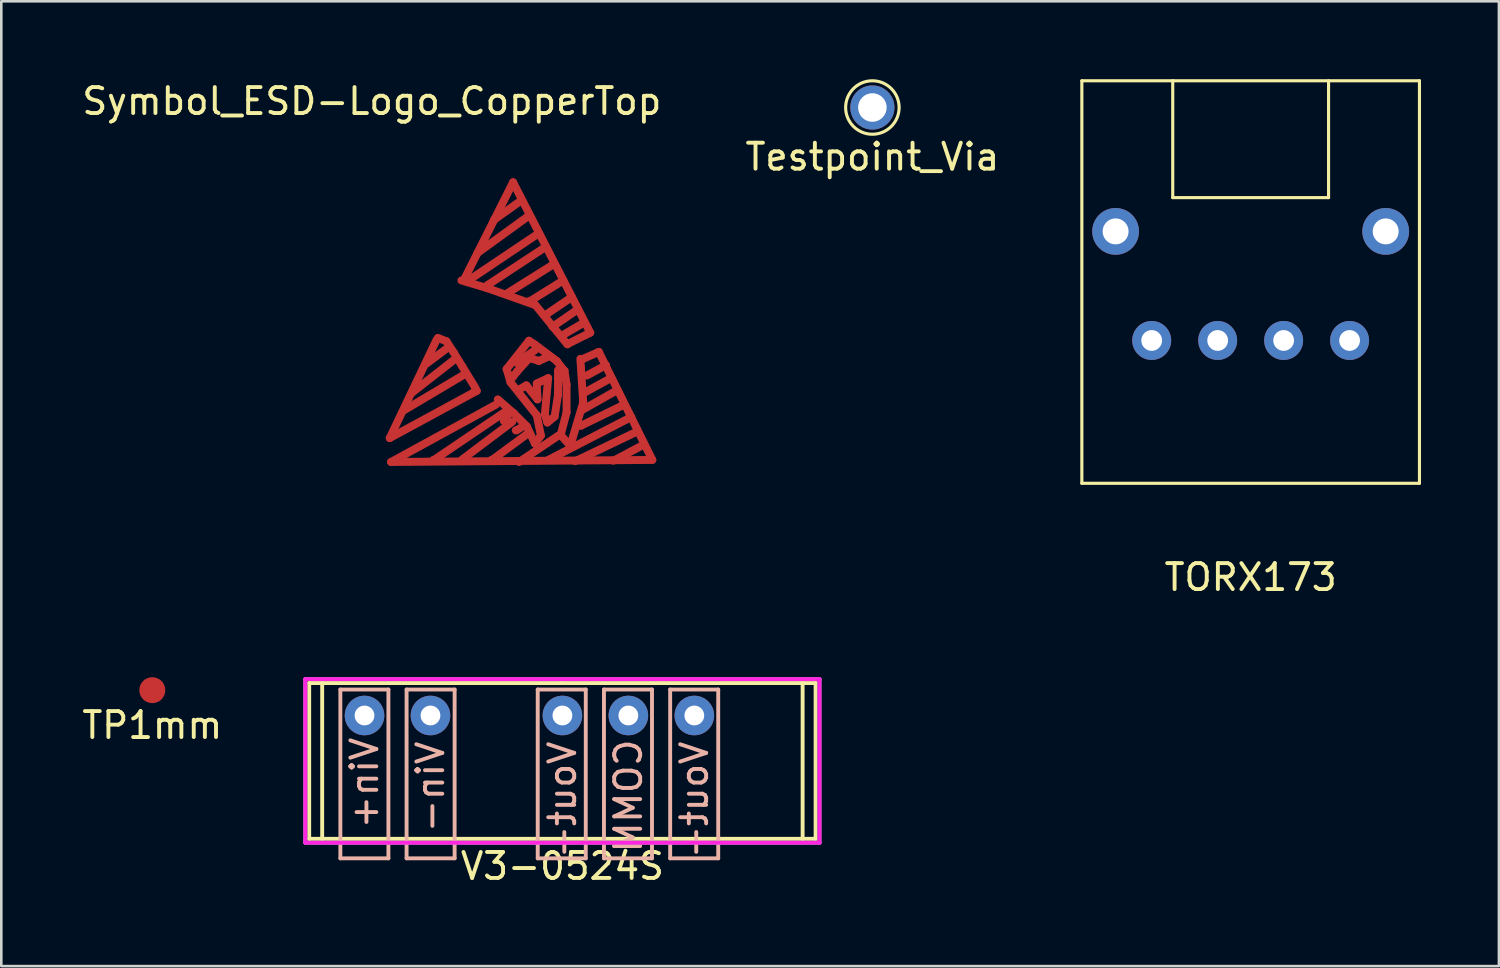
<source format=kicad_pcb>
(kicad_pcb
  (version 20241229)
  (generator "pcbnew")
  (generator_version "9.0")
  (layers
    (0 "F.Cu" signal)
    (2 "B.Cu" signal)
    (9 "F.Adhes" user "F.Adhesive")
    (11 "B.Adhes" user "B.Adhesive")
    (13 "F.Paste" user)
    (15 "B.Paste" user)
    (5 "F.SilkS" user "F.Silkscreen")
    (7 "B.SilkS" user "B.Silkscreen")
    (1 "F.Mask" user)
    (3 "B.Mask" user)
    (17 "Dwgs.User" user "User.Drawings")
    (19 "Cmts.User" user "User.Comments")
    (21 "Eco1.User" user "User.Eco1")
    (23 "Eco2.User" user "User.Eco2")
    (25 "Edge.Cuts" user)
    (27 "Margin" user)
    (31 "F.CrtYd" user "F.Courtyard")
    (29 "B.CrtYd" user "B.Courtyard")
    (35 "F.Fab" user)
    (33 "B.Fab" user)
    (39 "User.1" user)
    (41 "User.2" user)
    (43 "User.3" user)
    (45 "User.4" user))
  (footprint "Symbol_ESD-Logo_CopperTop"
    (layer "F.Cu")
    (at 18.268 11.348)
    (property "Reference" "Symbol_ESD-Logo_CopperTop" (at -7 -10.5 0) (layer "F.SilkS") (effects (font (size 1 1) (thickness 0.15))))
    (attr through_hole)
    (fp_line (start -6.311 2.471) (end -2.96 0.653) (stroke (width 0.305) (type solid)) (layer "F.Cu"))
    (fp_line (start -6.26 3.391) (end -2.219 1.181) (stroke (width 0.305) (type solid)) (layer "F.Cu"))
    (fp_line (start -4.609 3.312) (end -4.629 3.312) (stroke (width 0.305) (type solid)) (layer "F.Cu"))
    (fp_line (start -4.51 -1.308) (end -6.311 2.471) (stroke (width 0.305) (type solid)) (layer "F.Cu"))
    (fp_line (start -4.129 -1.257) (end -4.459 -1.389) (stroke (width 0.305) (type solid)) (layer "F.Cu"))
    (fp_line (start -4.05 -1.029) (end -4.891 -0.399) (stroke (width 0.305) (type solid)) (layer "F.Cu"))
    (fp_line (start -3.849 -0.828) (end -4.129 -1.257) (stroke (width 0.305) (type solid)) (layer "F.Cu"))
    (fp_line (start -3.801 -0.569) (end -5.45 0.721) (stroke (width 0.305) (type solid)) (layer "F.Cu"))
    (fp_line (start -3.55 -3.599) (end -2.6 -3.317) (stroke (width 0.305) (type solid)) (layer "F.Cu"))
    (fp_line (start -3.519 -0.29) (end -3.849 -0.828) (stroke (width 0.305) (type solid)) (layer "F.Cu"))
    (fp_line (start -3.471 0.041) (end -5.729 1.382) (stroke (width 0.305) (type solid)) (layer "F.Cu"))
    (fp_line (start -3.44 -3.647) (end -1.561 -7.379) (stroke (width 0.305) (type solid)) (layer "F.Cu"))
    (fp_line (start -3.009 0.541) (end -3.519 -0.29) (stroke (width 0.305) (type solid)) (layer "F.Cu"))
    (fp_line (start -2.96 0.653) (end -3.029 0.622) (stroke (width 0.305) (type solid)) (layer "F.Cu"))
    (fp_line (start -2.6 -3.317) (end -0.7 -2.649) (stroke (width 0.305) (type solid)) (layer "F.Cu"))
    (fp_line (start -2.371 3.312) (end -2.399 3.312) (stroke (width 0.305) (type solid)) (layer "F.Cu"))
    (fp_line (start -1.871 1.46) (end -4.609 3.312) (stroke (width 0.305) (type solid)) (layer "F.Cu"))
    (fp_line (start -1.81 -0.188) (end -1.66 0.323) (stroke (width 0.305) (type solid)) (layer "F.Cu"))
    (fp_line (start -1.66 0.323) (end -0.649 1.593) (stroke (width 0.305) (type solid)) (layer "F.Cu"))
    (fp_line (start -1.66 1.46) (end -1.919 1.811) (stroke (width 0.305) (type solid)) (layer "F.Cu"))
    (fp_line (start -1.589 1.841) (end -3.519 3.292) (stroke (width 0.305) (type solid)) (layer "F.Cu"))
    (fp_line (start -1.561 -7.379) (end 1.411 -1.587) (stroke (width 0.305) (type solid)) (layer "F.Cu"))
    (fp_line (start -1.54 1.511) (end -2.15 0.98) (stroke (width 0.305) (type solid)) (layer "F.Cu"))
    (fp_line (start -1.429 2.172) (end -1.459 2.172) (stroke (width 0.305) (type solid)) (layer "F.Cu"))
    (fp_line (start -1.411 -0.089) (end -1.589 0.142) (stroke (width 0.305) (type solid)) (layer "F.Cu"))
    (fp_line (start -1.261 -6.668) (end -2.3 -5.928) (stroke (width 0.305) (type solid)) (layer "F.Cu"))
    (fp_line (start -1.129 1.991) (end -1.429 2.172) (stroke (width 0.305) (type solid)) (layer "F.Cu"))
    (fp_line (start -1.05 0.442) (end -1.279 0.572) (stroke (width 0.305) (type solid)) (layer "F.Cu"))
    (fp_line (start -1.03 2.022) (end -1.54 1.511) (stroke (width 0.305) (type solid)) (layer "F.Cu"))
    (fp_line (start -0.999 -6.058) (end -2.93 -4.658) (stroke (width 0.305) (type solid)) (layer "F.Cu"))
    (fp_line (start -0.999 2.301) (end -2.371 3.312) (stroke (width 0.305) (type solid)) (layer "F.Cu"))
    (fp_line (start -0.949 -1.278) (end -1.81 -0.188) (stroke (width 0.305) (type solid)) (layer "F.Cu"))
    (fp_line (start -0.931 -0.617) (end -1.411 -0.089) (stroke (width 0.305) (type solid)) (layer "F.Cu"))
    (fp_line (start -0.9 -2.809) (end -0.931 -2.809) (stroke (width 0.305) (type solid)) (layer "F.Cu"))
    (fp_line (start -0.72 -1.128) (end -0.949 -1.278) (stroke (width 0.305) (type solid)) (layer "F.Cu"))
    (fp_line (start -0.72 2.682) (end -1.03 2.022) (stroke (width 0.305) (type solid)) (layer "F.Cu"))
    (fp_line (start -0.7 -2.649) (end 0.53 -1.138) (stroke (width 0.305) (type solid)) (layer "F.Cu"))
    (fp_line (start -0.7 -0.93) (end -1.411 -0.419) (stroke (width 0.305) (type solid)) (layer "F.Cu"))
    (fp_line (start -0.649 0.371) (end -0.621 0.98) (stroke (width 0.305) (type solid)) (layer "F.Cu"))
    (fp_line (start -0.649 1.593) (end -0.489 2.372) (stroke (width 0.305) (type solid)) (layer "F.Cu"))
    (fp_line (start -0.621 0.98) (end -1.05 0.442) (stroke (width 0.305) (type solid)) (layer "F.Cu"))
    (fp_line (start -0.601 -5.397) (end -3.209 -3.647) (stroke (width 0.305) (type solid)) (layer "F.Cu"))
    (fp_line (start -0.57 -0.498) (end -0.931 -0.617) (stroke (width 0.305) (type solid)) (layer "F.Cu"))
    (fp_line (start -0.489 2.372) (end -0.72 2.682) (stroke (width 0.305) (type solid)) (layer "F.Cu"))
    (fp_line (start -0.339 -4.869) (end -2.549 -3.419) (stroke (width 0.305) (type solid)) (layer "F.Cu"))
    (fp_line (start -0.339 1.562) (end -0.21 0.163) (stroke (width 0.305) (type solid)) (layer "F.Cu"))
    (fp_line (start -0.24 -0.648) (end -0.57 -0.498) (stroke (width 0.305) (type solid)) (layer "F.Cu"))
    (fp_line (start -0.24 1.872) (end -0.339 1.562) (stroke (width 0.305) (type solid)) (layer "F.Cu"))
    (fp_line (start -0.21 0.163) (end -0.649 0.371) (stroke (width 0.305) (type solid)) (layer "F.Cu"))
    (fp_line (start -0.039 -1.819) (end -0.039 -1.839) (stroke (width 0.305) (type solid)) (layer "F.Cu"))
    (fp_line (start 0.009 -4.229) (end -1.81 -3.089) (stroke (width 0.305) (type solid)) (layer "F.Cu"))
    (fp_line (start 0.039 1.641) (end -0.24 1.872) (stroke (width 0.305) (type solid)) (layer "F.Cu"))
    (fp_line (start 0.121 -0.498) (end -0.72 -1.128) (stroke (width 0.305) (type solid)) (layer "F.Cu"))
    (fp_line (start 0.169 -0.14) (end 0.169 0.803) (stroke (width 0.305) (type solid)) (layer "F.Cu"))
    (fp_line (start 0.169 0.803) (end 0.039 1.641) (stroke (width 0.305) (type solid)) (layer "F.Cu"))
    (fp_line (start 0.189 2.372) (end -1.33 3.391) (stroke (width 0.305) (type solid)) (layer "F.Cu"))
    (fp_line (start 0.271 2.352) (end 0.499 1.481) (stroke (width 0.305) (type solid)) (layer "F.Cu"))
    (fp_line (start 0.37 -3.599) (end -0.9 -2.809) (stroke (width 0.305) (type solid)) (layer "F.Cu"))
    (fp_line (start 0.37 -0.168) (end 0.121 -0.498) (stroke (width 0.305) (type solid)) (layer "F.Cu"))
    (fp_line (start 0.42 -0.119) (end 0.37 -0.168) (stroke (width 0.305) (type solid)) (layer "F.Cu"))
    (fp_line (start 0.499 0.422) (end 0.42 -0.119) (stroke (width 0.305) (type solid)) (layer "F.Cu"))
    (fp_line (start 0.499 1.481) (end 0.499 0.422) (stroke (width 0.305) (type solid)) (layer "F.Cu"))
    (fp_line (start 0.55 -1.158) (end 0.519 -1.158) (stroke (width 0.305) (type solid)) (layer "F.Cu"))
    (fp_line (start 0.641 2.771) (end 0.271 2.352) (stroke (width 0.305) (type solid)) (layer "F.Cu"))
    (fp_line (start 0.7 -2.959) (end -0.319 -2.268) (stroke (width 0.305) (type solid)) (layer "F.Cu"))
    (fp_line (start 0.88 -2.449) (end -0.039 -1.819) (stroke (width 0.305) (type solid)) (layer "F.Cu"))
    (fp_line (start 1.03 -0.579) (end 1.139 1.102) (stroke (width 0.305) (type solid)) (layer "F.Cu"))
    (fp_line (start 1.06 1.991) (end 1.03 1.991) (stroke (width 0.305) (type solid)) (layer "F.Cu"))
    (fp_line (start 1.111 -0.569) (end 1.741 -0.848) (stroke (width 0.305) (type solid)) (layer "F.Cu"))
    (fp_line (start 1.139 1.102) (end 0.641 2.771) (stroke (width 0.305) (type solid)) (layer "F.Cu"))
    (fp_line (start 1.16 -1.968) (end 0.339 -1.488) (stroke (width 0.305) (type solid)) (layer "F.Cu"))
    (fp_line (start 1.411 -1.587) (end 0.55 -1.158) (stroke (width 0.305) (type solid)) (layer "F.Cu"))
    (fp_line (start 1.741 -0.848) (end 3.801 3.312) (stroke (width 0.305) (type solid)) (layer "F.Cu"))
    (fp_line (start 2.021 -0.338) (end 1.279 0.061) (stroke (width 0.305) (type solid)) (layer "F.Cu"))
    (fp_line (start 2.201 0.163) (end 1.129 0.752) (stroke (width 0.305) (type solid)) (layer "F.Cu"))
    (fp_line (start 2.399 0.653) (end 1.111 1.382) (stroke (width 0.305) (type solid)) (layer "F.Cu"))
    (fp_line (start 2.681 1.201) (end 1.06 1.991) (stroke (width 0.305) (type solid)) (layer "F.Cu"))
    (fp_line (start 2.991 1.661) (end -0.21 3.312) (stroke (width 0.305) (type solid)) (layer "F.Cu"))
    (fp_line (start 3.209 2.223) (end 0.829 3.36) (stroke (width 0.305) (type solid)) (layer "F.Cu"))
    (fp_line (start 3.42 2.751) (end 2.3 3.343) (stroke (width 0.305) (type solid)) (layer "F.Cu"))
    (fp_line (start 3.801 3.312) (end -6.26 3.391) (stroke (width 0.305) (type solid)) (layer "F.Cu")))
  (footprint "V3-0524S"
    (layer "F.Cu")
    (at 18.606 24.501)
    (property "Reference" "V3-0524S" (at 0 5.8 0) (layer "F.SilkS") (effects (font (size 1 1) (thickness 0.15))))
    (attr through_hole)
    (fp_line (start -9.75 -1.25) (end 0 -1.25) (stroke (width 0.15) (type solid)) (layer "F.SilkS"))
    (fp_line (start -9.75 4.75) (end -9.75 -1.25) (stroke (width 0.15) (type solid)) (layer "F.SilkS"))
    (fp_line (start -9.25 -1.25) (end -9.25 4.75) (stroke (width 0.15) (type solid)) (layer "F.SilkS"))
    (fp_line (start 0 -1.25) (end 9.75 -1.25) (stroke (width 0.15) (type solid)) (layer "F.SilkS"))
    (fp_line (start 9.25 -1.25) (end 9.25 4.75) (stroke (width 0.15) (type solid)) (layer "F.SilkS"))
    (fp_line (start 9.75 -1.25) (end 9.75 4.75) (stroke (width 0.15) (type solid)) (layer "F.SilkS"))
    (fp_line (start 9.75 4.75) (end -9.75 4.75) (stroke (width 0.15) (type solid)) (layer "F.SilkS"))
    (fp_line (start -8.55 -1) (end -6.7 -1) (stroke (width 0.15) (type solid)) (layer "B.SilkS"))
    (fp_line (start -8.55 5.5) (end -8.55 -1) (stroke (width 0.15) (type solid)) (layer "B.SilkS"))
    (fp_line (start -6.7 -1) (end -6.7 5.5) (stroke (width 0.15) (type solid)) (layer "B.SilkS"))
    (fp_line (start -6.7 5.5) (end -8.55 5.5) (stroke (width 0.15) (type solid)) (layer "B.SilkS"))
    (fp_line (start -6 -1) (end -4.15 -1) (stroke (width 0.15) (type solid)) (layer "B.SilkS"))
    (fp_line (start -6 5.5) (end -6 -1) (stroke (width 0.15) (type solid)) (layer "B.SilkS"))
    (fp_line (start -4.15 -1) (end -4.15 5.5) (stroke (width 0.15) (type solid)) (layer "B.SilkS"))
    (fp_line (start -4.15 5.5) (end -6 5.5) (stroke (width 0.15) (type solid)) (layer "B.SilkS"))
    (fp_line (start -0.95 -1) (end 0.9 -1) (stroke (width 0.15) (type solid)) (layer "B.SilkS"))
    (fp_line (start -0.95 5.5) (end -0.95 -1) (stroke (width 0.15) (type solid)) (layer "B.SilkS"))
    (fp_line (start 0.9 -1) (end 0.9 5.5) (stroke (width 0.15) (type solid)) (layer "B.SilkS"))
    (fp_line (start 0.9 5.5) (end -0.95 5.5) (stroke (width 0.15) (type solid)) (layer "B.SilkS"))
    (fp_line (start 1.6 -1) (end 3.45 -1) (stroke (width 0.15) (type solid)) (layer "B.SilkS"))
    (fp_line (start 1.6 5.5) (end 1.6 -1) (stroke (width 0.15) (type solid)) (layer "B.SilkS"))
    (fp_line (start 3.45 -1) (end 3.45 5.5) (stroke (width 0.15) (type solid)) (layer "B.SilkS"))
    (fp_line (start 3.45 5.5) (end 1.6 5.5) (stroke (width 0.15) (type solid)) (layer "B.SilkS"))
    (fp_line (start 4.15 -1) (end 6 -1) (stroke (width 0.15) (type solid)) (layer "B.SilkS"))
    (fp_line (start 4.15 5.5) (end 4.15 -1) (stroke (width 0.15) (type solid)) (layer "B.SilkS"))
    (fp_line (start 6 -1) (end 6 5.5) (stroke (width 0.15) (type solid)) (layer "B.SilkS"))
    (fp_line (start 6 5.5) (end 4.15 5.5) (stroke (width 0.15) (type solid)) (layer "B.SilkS"))
    (fp_line (start -9.9 -1.4) (end 9.9 -1.4) (stroke (width 0.15) (type solid)) (layer "F.CrtYd"))
    (fp_line (start -9.9 4.9) (end -9.9 -1.4) (stroke (width 0.15) (type solid)) (layer "F.CrtYd"))
    (fp_line (start 9.9 -1.4) (end 9.9 4.9) (stroke (width 0.15) (type solid)) (layer "F.CrtYd"))
    (fp_line (start 9.9 4.9) (end -9.9 4.9) (stroke (width 0.15) (type solid)) (layer "F.CrtYd"))
    (fp_line (start -9.9 -1.4) (end 9.9 -1.4) (stroke (width 0.15) (type solid)) (layer "F.Fab"))
    (fp_line (start -9.9 4.9) (end -9.9 -1.4) (stroke (width 0.15) (type solid)) (layer "F.Fab"))
    (fp_line (start 9.9 -1.4) (end 9.9 4.9) (stroke (width 0.15) (type solid)) (layer "F.Fab"))
    (fp_line (start 9.9 4.9) (end -9.9 4.9) (stroke (width 0.15) (type solid)) (layer "F.Fab"))
    (fp_text user "COMM" (at 2.54 3.1 90) (layer "B.SilkS") (effects (font (size 1 1) (thickness 0.15)) (justify mirror)))
    (fp_text user "Vin-" (at -5.08 2.75 90) (layer "B.SilkS") (effects (font (size 1 1) (thickness 0.15)) (justify mirror)))
    (fp_text user "Vout-" (at 0 3.25 90) (layer "B.SilkS") (effects (font (size 1 1) (thickness 0.15)) (justify mirror)))
    (fp_text user "Vin+" (at -7.62 2.6 90) (layer "B.SilkS") (effects (font (size 1 1) (thickness 0.15)) (justify mirror)))
    (fp_text user "Vout+" (at 5.08 3.25 90) (layer "B.SilkS") (effects (font (size 1 1) (thickness 0.15)) (justify mirror)))
    (pad "1" thru_hole circle (at -7.62 0) (size 1.524 1.524) (drill 0.762) (layers "*.Cu" "*.Mask"))
    (pad "2" thru_hole circle (at -5.08 0) (size 1.524 1.524) (drill 0.762) (layers "*.Cu" "*.Mask"))
    (pad "3" thru_hole circle (at 0 0) (size 1.524 1.524) (drill 0.762) (layers "*.Cu" "*.Mask"))
    (pad "4" thru_hole circle (at 2.54 0) (size 1.524 1.524) (drill 0.762) (layers "*.Cu" "*.Mask"))
    (pad "5" thru_hole circle (at 5.08 0) (size 1.524 1.524) (drill 0.762) (layers "*.Cu" "*.Mask")))
  (footprint "Testpoint_Via"
    (layer "F.Cu")
    (at 30.542 1.09)
    (property "Reference" "Testpoint_Via" (at 0 1.9 0) (layer "F.SilkS") (effects (font (size 1 1) (thickness 0.15))))
    (attr through_hole)
    (fp_circle (center 0 0) (end 0.5 -0.9) (stroke (width 0.12) (type solid)) (fill no) (layer "F.SilkS"))
    (pad "1" thru_hole circle (at 0 0) (size 1.7 1.7) (drill 1.1) (layers "*.Cu" "*.Mask")))
  (footprint "TORX173"
    (layer "F.Cu")
    (at 45.108 10.06)
    (property "Reference" "TORX173" (at 0 9.118 0) (layer "F.SilkS") (effects (font (size 1 1) (thickness 0.15))))
    (attr through_hole)
    (fp_line (start -6.5 -10) (end -6.5 5.5) (stroke (width 0.12) (type solid)) (layer "F.SilkS"))
    (fp_line (start -3 -10) (end -3 -5.5) (stroke (width 0.12) (type solid)) (layer "F.SilkS"))
    (fp_line (start -3 -5.5) (end 3 -5.5) (stroke (width 0.12) (type solid)) (layer "F.SilkS"))
    (fp_line (start 3 -5.5) (end 3 -10) (stroke (width 0.12) (type solid)) (layer "F.SilkS"))
    (fp_line (start 6.5 -10) (end -6.5 -10) (stroke (width 0.12) (type solid)) (layer "F.SilkS"))
    (fp_line (start 6.5 -10) (end 6.5 5.5) (stroke (width 0.12) (type solid)) (layer "F.SilkS"))
    (fp_line (start 6.5 5.5) (end -6.5 5.5) (stroke (width 0.12) (type solid)) (layer "F.SilkS"))
    (pad "1" thru_hole circle (at 3.81 0) (size 1.5 1.5) (drill 0.8) (layers "*.Cu" "*.Mask"))
    (pad "2" thru_hole circle (at 1.27 0) (size 1.5 1.5) (drill 0.8) (layers "*.Cu" "*.Mask"))
    (pad "3" thru_hole circle (at -1.27 0) (size 1.5 1.5) (drill 0.8) (layers "*.Cu" "*.Mask"))
    (pad "4" thru_hole circle (at -3.81 0) (size 1.5 1.5) (drill 0.8) (layers "*.Cu" "*.Mask"))
    (pad "5" thru_hole circle (at -5.2 -4.2) (size 1.8 1.8) (drill 1) (layers "*.Cu" "*.Mask"))
    (pad "6" thru_hole circle (at 5.2 -4.2) (size 1.8 1.8) (drill 1) (layers "*.Cu" "*.Mask")))
  (footprint "TP1mm"
    (layer "F.Cu")
    (at 2.815 23.526)
    (property "Reference" "TP1mm" (at 0 1.35 0) (layer "F.SilkS") (effects (font (size 1 1) (thickness 0.15))))
    (attr exclude_from_pos_files exclude_from_bom)
    (pad "1" smd circle (at 0 0) (size 1 1) (layers "F.Cu" "F.Mask")))
  (gr_rect
    (start -3 -3)
    (end 54.668 34.15)
    (stroke (width 0.1) (type default))
    (fill no)
    (layer "Edge.Cuts")))
</source>
